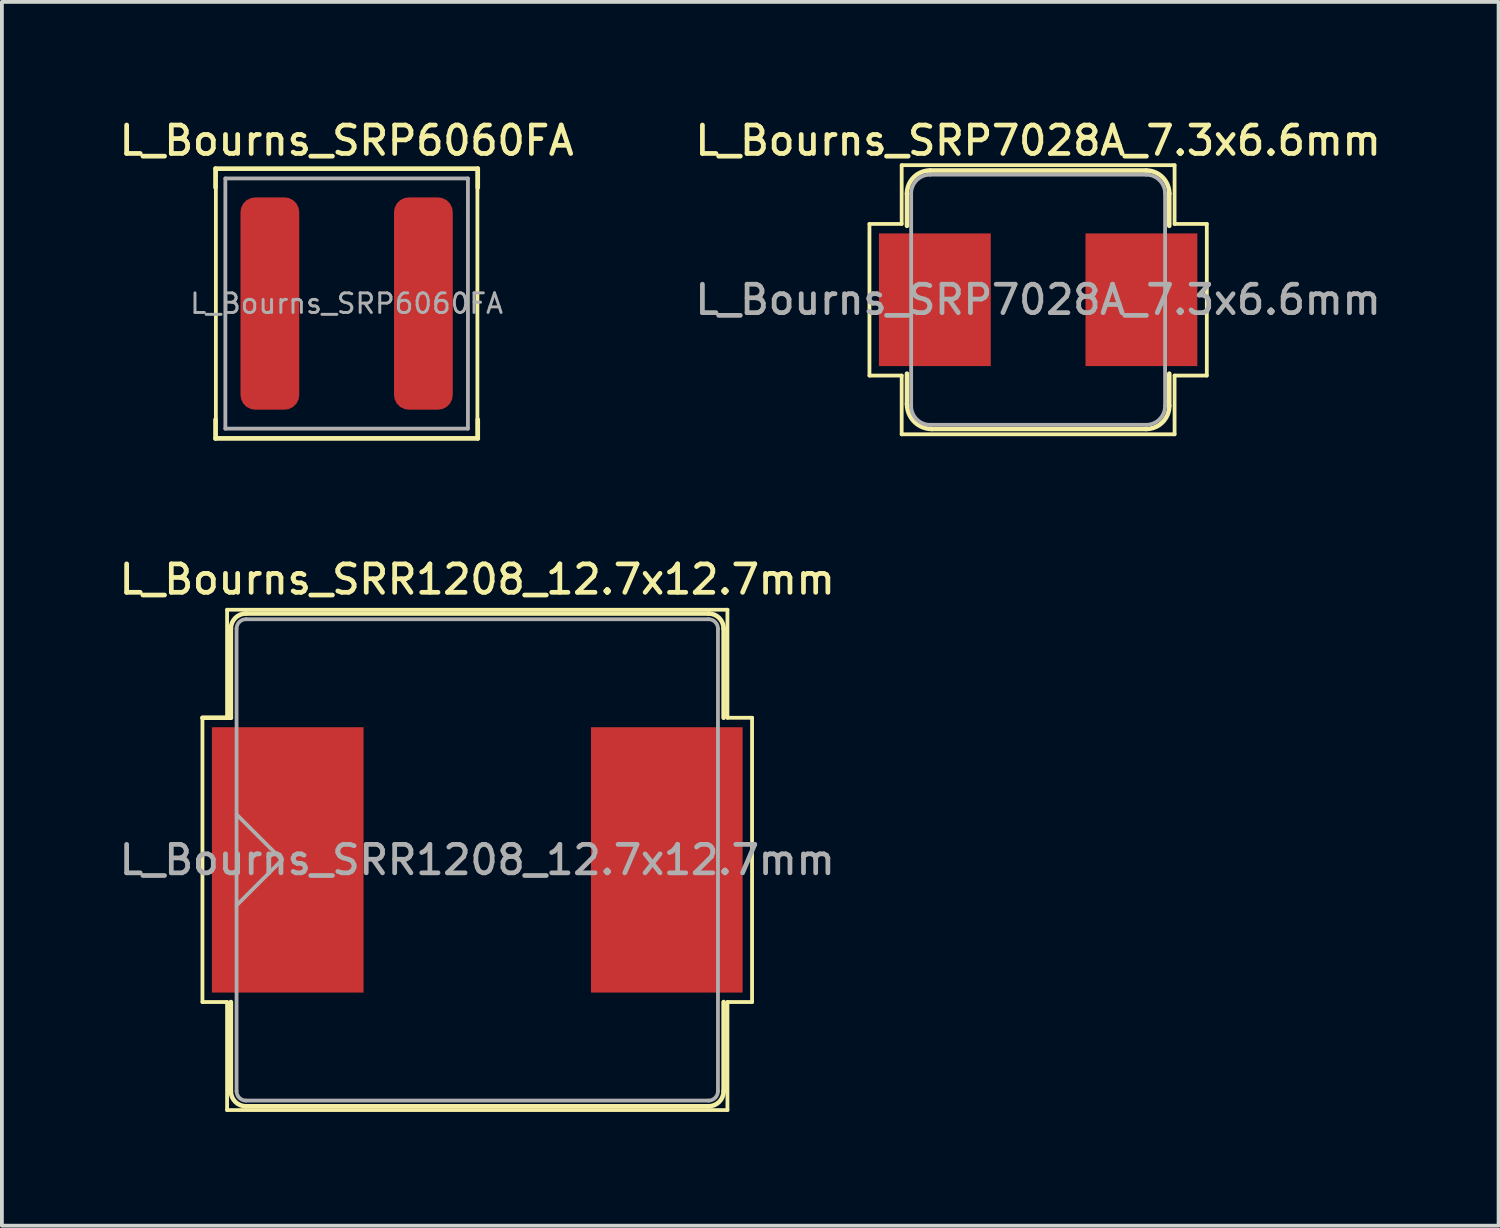
<source format=kicad_pcb>
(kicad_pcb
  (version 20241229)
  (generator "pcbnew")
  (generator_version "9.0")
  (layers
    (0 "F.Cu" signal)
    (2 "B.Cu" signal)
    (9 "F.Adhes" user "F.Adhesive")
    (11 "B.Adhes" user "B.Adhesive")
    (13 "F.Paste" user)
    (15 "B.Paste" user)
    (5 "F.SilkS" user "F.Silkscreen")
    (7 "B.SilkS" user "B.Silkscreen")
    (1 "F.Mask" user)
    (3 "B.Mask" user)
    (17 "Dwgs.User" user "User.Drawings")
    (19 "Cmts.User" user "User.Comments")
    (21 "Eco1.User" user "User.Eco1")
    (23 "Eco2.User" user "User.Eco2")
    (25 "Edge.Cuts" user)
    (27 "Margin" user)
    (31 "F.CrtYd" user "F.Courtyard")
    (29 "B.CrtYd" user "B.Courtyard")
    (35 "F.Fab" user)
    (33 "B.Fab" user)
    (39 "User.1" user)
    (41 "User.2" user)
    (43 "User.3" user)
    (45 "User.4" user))
  (footprint "L_Bourns_SRP6060FA"
    (layer "F.Cu")
    (at 6.095 4.958)
    (property "Reference" "L_Bourns_SRP6060FA" (at 0 -4.3 0) (layer "F.SilkS") (effects (font (size 0.75 0.75) (thickness 0.125))))
    (attr smd)
    (fp_line (start -3.46 -3.56) (end -3.46 -3.06) (stroke (width 0.12) (type solid)) (layer "F.SilkS"))
    (fp_line (start -3.46 -3.56) (end 3.46 -3.56) (stroke (width 0.12) (type solid)) (layer "F.SilkS"))
    (fp_line (start -3.46 3.56) (end -3.46 3.06) (stroke (width 0.12) (type solid)) (layer "F.SilkS"))
    (fp_line (start -3.46 3.56) (end 3.46 3.56) (stroke (width 0.12) (type solid)) (layer "F.SilkS"))
    (fp_line (start -3.45 -3.55) (end -3.45 3.55) (stroke (width 0.1) (type solid)) (layer "F.SilkS"))
    (fp_line (start -3.45 3.55) (end 3.45 3.55) (stroke (width 0.1) (type solid)) (layer "F.SilkS"))
    (fp_line (start 3.45 -3.55) (end -3.45 -3.55) (stroke (width 0.1) (type solid)) (layer "F.SilkS"))
    (fp_line (start 3.45 3.55) (end 3.45 -3.55) (stroke (width 0.1) (type solid)) (layer "F.SilkS"))
    (fp_line (start 3.46 -3.56) (end 3.46 -3.06) (stroke (width 0.12) (type solid)) (layer "F.SilkS"))
    (fp_line (start 3.46 3.56) (end 3.46 3.06) (stroke (width 0.12) (type solid)) (layer "F.SilkS"))
    (fp_line (start -3.2 -3.3) (end -3.2 3.3) (stroke (width 0.1) (type solid)) (layer "F.Fab"))
    (fp_line (start -3.2 3.3) (end 3.2 3.3) (stroke (width 0.1) (type solid)) (layer "F.Fab"))
    (fp_line (start 3.2 -3.3) (end -3.2 -3.3) (stroke (width 0.1) (type solid)) (layer "F.Fab"))
    (fp_line (start 3.2 3.3) (end 3.2 -3.3) (stroke (width 0.1) (type solid)) (layer "F.Fab"))
    (fp_text user "${REFERENCE}" (at 0 0 0) (layer "F.Fab") (effects (font (size 0.517 0.517) (thickness 0.077))))
    (pad "1" smd roundrect (at -2.025 0) (size 1.55 5.6) (layers "F.Cu" "F.Mask" "F.Paste") (roundrect_rratio 0.25))
    (pad "2" smd roundrect (at 2.025 0) (size 1.55 5.6) (layers "F.Cu" "F.Mask" "F.Paste") (roundrect_rratio 0.25)))
  (footprint "L_Bourns_SRP7028A_7.3x6.6mm"
    (layer "F.Cu")
    (at 24.338 4.858)
    (property "Reference" "L_Bourns_SRP7028A_7.3x6.6mm" (at 0 -4.2 0) (layer "F.SilkS") (effects (font (size 0.75 0.75) (thickness 0.125))))
    (attr smd)
    (fp_line (start -4.45 -2) (end -3.6 -2) (stroke (width 0.1) (type solid)) (layer "F.SilkS"))
    (fp_line (start -4.45 2) (end -4.45 -2) (stroke (width 0.1) (type solid)) (layer "F.SilkS"))
    (fp_line (start -3.6 -3.55) (end 3.6 -3.55) (stroke (width 0.1) (type solid)) (layer "F.SilkS"))
    (fp_line (start -3.6 -2) (end -3.6 -3.55) (stroke (width 0.1) (type solid)) (layer "F.SilkS"))
    (fp_line (start -3.6 2) (end -4.45 2) (stroke (width 0.1) (type solid)) (layer "F.SilkS"))
    (fp_line (start -3.6 3.55) (end -3.6 2) (stroke (width 0.1) (type solid)) (layer "F.SilkS"))
    (fp_line (start -3.46 -1.95) (end -3.46 -2.8) (stroke (width 0.12) (type solid)) (layer "F.SilkS"))
    (fp_line (start -3.46 2.75) (end -3.46 1.95) (stroke (width 0.12) (type solid)) (layer "F.SilkS"))
    (fp_line (start -2.85 -3.41) (end 2.85 -3.41) (stroke (width 0.12) (type solid)) (layer "F.SilkS"))
    (fp_line (start 2.85 3.41) (end -2.8 3.41) (stroke (width 0.12) (type solid)) (layer "F.SilkS"))
    (fp_line (start 3.46 -2.8) (end 3.46 -1.95) (stroke (width 0.12) (type solid)) (layer "F.SilkS"))
    (fp_line (start 3.46 1.95) (end 3.46 2.8) (stroke (width 0.12) (type solid)) (layer "F.SilkS"))
    (fp_line (start 3.6 -3.55) (end 3.6 -2) (stroke (width 0.1) (type solid)) (layer "F.SilkS"))
    (fp_line (start 3.6 -2) (end 4.45 -2) (stroke (width 0.1) (type solid)) (layer "F.SilkS"))
    (fp_line (start 3.6 2) (end 3.6 3.55) (stroke (width 0.1) (type solid)) (layer "F.SilkS"))
    (fp_line (start 3.6 3.55) (end -3.6 3.55) (stroke (width 0.1) (type solid)) (layer "F.SilkS"))
    (fp_line (start 4.45 -2) (end 4.45 2) (stroke (width 0.1) (type solid)) (layer "F.SilkS"))
    (fp_line (start 4.45 2) (end 3.6 2) (stroke (width 0.1) (type solid)) (layer "F.SilkS"))
    (fp_arc (start -3.46 -2.8) (mid -3.281335 -3.231335) (end -2.85 -3.41) (stroke (width 0.12) (type solid)) (layer "F.SilkS"))
    (fp_arc (start -2.8 3.41) (mid -3.26669 3.21669) (end -3.46 2.75) (stroke (width 0.12) (type solid)) (layer "F.SilkS"))
    (fp_arc (start 2.85 -3.41) (mid 3.281335 -3.231335) (end 3.46 -2.8) (stroke (width 0.12) (type solid)) (layer "F.SilkS"))
    (fp_arc (start 3.46 2.8) (mid 3.281335 3.231335) (end 2.85 3.41) (stroke (width 0.12) (type solid)) (layer "F.SilkS"))
    (fp_line (start -3.35 2.8) (end -3.35 -2.8) (stroke (width 0.1) (type solid)) (layer "F.Fab"))
    (fp_line (start -2.85 -3.3) (end 2.85 -3.3) (stroke (width 0.1) (type solid)) (layer "F.Fab"))
    (fp_line (start 2.85 3.3) (end -2.85 3.3) (stroke (width 0.1) (type solid)) (layer "F.Fab"))
    (fp_line (start 3.35 -2.8) (end 3.35 2.8) (stroke (width 0.1) (type solid)) (layer "F.Fab"))
    (fp_arc (start -3.35 -2.8) (mid -3.203553 -3.153553) (end -2.85 -3.3) (stroke (width 0.1) (type solid)) (layer "F.Fab"))
    (fp_arc (start -2.85 3.3) (mid -3.203553 3.153553) (end -3.35 2.8) (stroke (width 0.1) (type solid)) (layer "F.Fab"))
    (fp_arc (start 2.85 -3.3) (mid 3.203553 -3.153553) (end 3.35 -2.8) (stroke (width 0.1) (type solid)) (layer "F.Fab"))
    (fp_arc (start 3.35 2.8) (mid 3.203553 3.153553) (end 2.85 3.3) (stroke (width 0.1) (type solid)) (layer "F.Fab"))
    (fp_text user "${REFERENCE}" (at 0 0 0) (layer "F.Fab") (effects (font (size 0.75 0.75) (thickness 0.125))))
    (pad "1" smd rect (at -2.725 0) (size 2.95 3.5) (layers "F.Cu" "F.Mask" "F.Paste"))
    (pad "2" smd rect (at 2.725 0) (size 2.95 3.5) (layers "F.Cu" "F.Mask" "F.Paste")))
  (footprint "L_Bourns_SRR1208_12.7x12.7mm"
    (layer "F.Cu")
    (at 9.541 19.636)
    (property "Reference" "L_Bourns_SRR1208_12.7x12.7mm" (at 0 -7.4 0) (layer "F.SilkS") (effects (font (size 0.75 0.75) (thickness 0.125))))
    (attr smd)
    (fp_line (start -7.25 -3.75) (end -7.25 3.75) (stroke (width 0.1) (type solid)) (layer "F.SilkS"))
    (fp_line (start -7.25 -3.75) (end -6.6 -3.75) (stroke (width 0.1) (type solid)) (layer "F.SilkS"))
    (fp_line (start -6.6 -6.6) (end -6.6 -3.75) (stroke (width 0.1) (type solid)) (layer "F.SilkS"))
    (fp_line (start -6.6 -6.6) (end 6.6 -6.6) (stroke (width 0.1) (type solid)) (layer "F.SilkS"))
    (fp_line (start -6.6 3.75) (end -7.25 3.75) (stroke (width 0.1) (type solid)) (layer "F.SilkS"))
    (fp_line (start -6.6 6.6) (end -6.6 3.75) (stroke (width 0.1) (type solid)) (layer "F.SilkS"))
    (fp_line (start -6.5 -6.1) (end -6.5 -3.75) (stroke (width 0.12) (type solid)) (layer "F.SilkS"))
    (fp_line (start -6.5 -3.75) (end -7.25 -3.75) (stroke (width 0.12) (type solid)) (layer "F.SilkS"))
    (fp_line (start -6.5 3.75) (end -6.5 6.1) (stroke (width 0.12) (type solid)) (layer "F.SilkS"))
    (fp_line (start -6.1 -6.5) (end 6.1 -6.5) (stroke (width 0.12) (type solid)) (layer "F.SilkS"))
    (fp_line (start 6.1 6.5) (end -6.1 6.5) (stroke (width 0.12) (type solid)) (layer "F.SilkS"))
    (fp_line (start 6.5 -6.1) (end 6.5 -3.75) (stroke (width 0.12) (type solid)) (layer "F.SilkS"))
    (fp_line (start 6.5 3.75) (end 6.5 6.1) (stroke (width 0.12) (type solid)) (layer "F.SilkS"))
    (fp_line (start 6.6 -6.6) (end 6.6 -3.75) (stroke (width 0.1) (type solid)) (layer "F.SilkS"))
    (fp_line (start 6.6 3.75) (end 6.6 6.6) (stroke (width 0.1) (type solid)) (layer "F.SilkS"))
    (fp_line (start 6.6 6.6) (end -6.6 6.6) (stroke (width 0.1) (type solid)) (layer "F.SilkS"))
    (fp_line (start 7.25 -3.75) (end 6.6 -3.75) (stroke (width 0.1) (type solid)) (layer "F.SilkS"))
    (fp_line (start 7.25 -3.75) (end 7.25 3.75) (stroke (width 0.1) (type solid)) (layer "F.SilkS"))
    (fp_line (start 7.25 3.75) (end 6.6 3.75) (stroke (width 0.1) (type solid)) (layer "F.SilkS"))
    (fp_arc (start -6.5 -6.1) (mid -6.382843 -6.382843) (end -6.1 -6.5) (stroke (width 0.12) (type solid)) (layer "F.SilkS"))
    (fp_arc (start -6.1 6.5) (mid -6.382843 6.382843) (end -6.5 6.1) (stroke (width 0.12) (type solid)) (layer "F.SilkS"))
    (fp_arc (start 6.1 -6.5) (mid 6.382843 -6.382843) (end 6.5 -6.1) (stroke (width 0.12) (type solid)) (layer "F.SilkS"))
    (fp_arc (start 6.5 6.1) (mid 6.382843 6.382843) (end 6.1 6.5) (stroke (width 0.12) (type solid)) (layer "F.SilkS"))
    (fp_line (start -6.35 -6.1) (end -6.35 6.1) (stroke (width 0.1) (type solid)) (layer "F.Fab"))
    (fp_line (start -6.1 -6.35) (end 6.1 -6.35) (stroke (width 0.1) (type solid)) (layer "F.Fab"))
    (fp_line (start -5.15 0) (end -6.35 -1.2) (stroke (width 0.1) (type solid)) (layer "F.Fab"))
    (fp_line (start -5.15 0) (end -6.35 1.2) (stroke (width 0.1) (type solid)) (layer "F.Fab"))
    (fp_line (start 6.1 6.35) (end -6.1 6.35) (stroke (width 0.1) (type solid)) (layer "F.Fab"))
    (fp_line (start 6.35 -6.1) (end 6.35 6.1) (stroke (width 0.1) (type solid)) (layer "F.Fab"))
    (fp_arc (start -6.35 -6.1) (mid -6.276777 -6.276777) (end -6.1 -6.35) (stroke (width 0.1) (type solid)) (layer "F.Fab"))
    (fp_arc (start -6.1 6.35) (mid -6.276777 6.276777) (end -6.35 6.1) (stroke (width 0.1) (type solid)) (layer "F.Fab"))
    (fp_arc (start 6.1 -6.35) (mid 6.276777 -6.276777) (end 6.35 -6.1) (stroke (width 0.1) (type solid)) (layer "F.Fab"))
    (fp_arc (start 6.35 6.1) (mid 6.276777 6.276777) (end 6.1 6.35) (stroke (width 0.1) (type solid)) (layer "F.Fab"))
    (fp_text user "${REFERENCE}" (at 0 0 0) (layer "F.Fab") (effects (font (size 0.75 0.75) (thickness 0.125))))
    (pad "1" smd rect (at -5 0) (size 4 7) (layers "F.Cu" "F.Mask" "F.Paste"))
    (pad "2" smd rect (at 5 0) (size 4 7) (layers "F.Cu" "F.Mask" "F.Paste")))
  (gr_rect
    (start -3 -3)
    (end 36.486 29.286)
    (stroke (width 0.1) (type default))
    (fill no)
    (layer "Edge.Cuts")))
</source>
